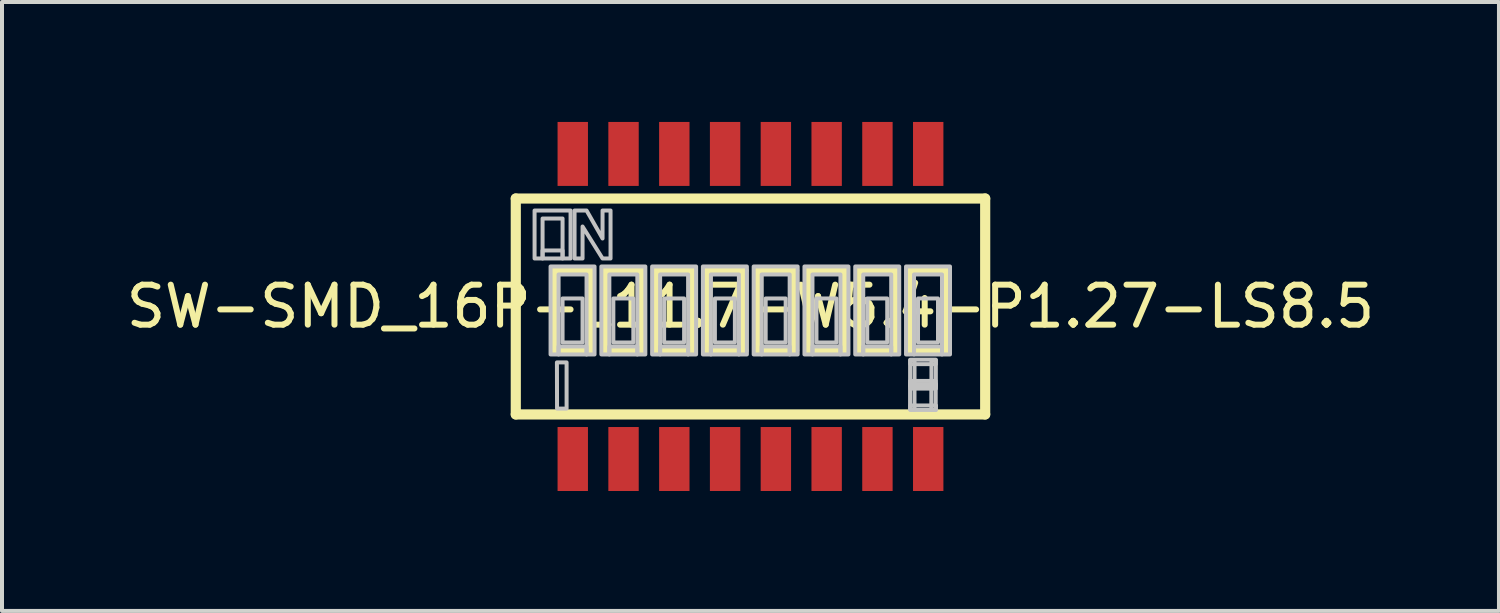
<source format=kicad_pcb>
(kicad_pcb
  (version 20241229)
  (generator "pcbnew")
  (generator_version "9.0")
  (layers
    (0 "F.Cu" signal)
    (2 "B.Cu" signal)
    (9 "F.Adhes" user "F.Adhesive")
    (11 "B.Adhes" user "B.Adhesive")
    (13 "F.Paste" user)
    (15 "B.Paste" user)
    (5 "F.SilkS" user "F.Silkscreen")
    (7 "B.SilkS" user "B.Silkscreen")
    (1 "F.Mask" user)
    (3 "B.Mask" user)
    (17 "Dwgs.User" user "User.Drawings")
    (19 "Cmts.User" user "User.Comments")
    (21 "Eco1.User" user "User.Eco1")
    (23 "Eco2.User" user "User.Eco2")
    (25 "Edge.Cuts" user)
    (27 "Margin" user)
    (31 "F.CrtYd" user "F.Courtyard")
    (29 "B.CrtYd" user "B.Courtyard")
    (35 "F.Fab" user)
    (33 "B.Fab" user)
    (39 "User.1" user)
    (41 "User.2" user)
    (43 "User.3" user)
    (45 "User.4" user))
  (footprint "SW-SMD_16P-L11.7-W5.4-P1.27-LS8.5"
    (layer "F.Cu")
    (at 15.72 4.615)
    (property "Reference" "SW-SMD_16P-L11.7-W5.4-P1.27-LS8.5" (at 0 0 0) (layer "F.SilkS") (effects (font (size 1 1) (thickness 0.15))))
    (fp_line (start -5.87 -2.7) (end -5.87 2.7) (stroke (width 0.254) (type default)) (layer "F.SilkS"))
    (fp_line (start -4.89 -0.9) (end -3.99 -0.9) (stroke (width 0.254) (type default)) (layer "F.SilkS"))
    (fp_line (start -4.89 1.1) (end -4.89 -0.9) (stroke (width 0.254) (type default)) (layer "F.SilkS"))
    (fp_line (start -3.99 -0.9) (end -3.99 1.1) (stroke (width 0.254) (type default)) (layer "F.SilkS"))
    (fp_line (start -3.99 1.1) (end -4.89 1.1) (stroke (width 0.254) (type default)) (layer "F.SilkS"))
    (fp_line (start -3.62 -0.9) (end -2.72 -0.9) (stroke (width 0.254) (type default)) (layer "F.SilkS"))
    (fp_line (start -3.62 1.1) (end -3.62 -0.9) (stroke (width 0.254) (type default)) (layer "F.SilkS"))
    (fp_line (start -2.72 -0.9) (end -2.72 1.1) (stroke (width 0.254) (type default)) (layer "F.SilkS"))
    (fp_line (start -2.72 1.1) (end -3.62 1.1) (stroke (width 0.254) (type default)) (layer "F.SilkS"))
    (fp_line (start -2.35 -0.9) (end -1.45 -0.9) (stroke (width 0.254) (type default)) (layer "F.SilkS"))
    (fp_line (start -2.35 1.1) (end -2.35 -0.9) (stroke (width 0.254) (type default)) (layer "F.SilkS"))
    (fp_line (start -1.45 -0.9) (end -1.45 1.1) (stroke (width 0.254) (type default)) (layer "F.SilkS"))
    (fp_line (start -1.45 1.1) (end -2.35 1.1) (stroke (width 0.254) (type default)) (layer "F.SilkS"))
    (fp_line (start -1.08 -0.9) (end -0.18 -0.9) (stroke (width 0.254) (type default)) (layer "F.SilkS"))
    (fp_line (start -1.08 1.1) (end -1.08 -0.9) (stroke (width 0.254) (type default)) (layer "F.SilkS"))
    (fp_line (start -0.18 -0.9) (end -0.18 1.1) (stroke (width 0.254) (type default)) (layer "F.SilkS"))
    (fp_line (start -0.18 1.1) (end -1.08 1.1) (stroke (width 0.254) (type default)) (layer "F.SilkS"))
    (fp_line (start 0.19 -0.9) (end 1.09 -0.9) (stroke (width 0.254) (type default)) (layer "F.SilkS"))
    (fp_line (start 0.19 1.1) (end 0.19 -0.9) (stroke (width 0.254) (type default)) (layer "F.SilkS"))
    (fp_line (start 1.09 -0.9) (end 1.09 1.1) (stroke (width 0.254) (type default)) (layer "F.SilkS"))
    (fp_line (start 1.09 1.1) (end 0.19 1.1) (stroke (width 0.254) (type default)) (layer "F.SilkS"))
    (fp_line (start 1.46 -0.9) (end 2.36 -0.9) (stroke (width 0.254) (type default)) (layer "F.SilkS"))
    (fp_line (start 1.46 1.1) (end 1.46 -0.9) (stroke (width 0.254) (type default)) (layer "F.SilkS"))
    (fp_line (start 2.36 -0.9) (end 2.36 1.1) (stroke (width 0.254) (type default)) (layer "F.SilkS"))
    (fp_line (start 2.36 1.1) (end 1.46 1.1) (stroke (width 0.254) (type default)) (layer "F.SilkS"))
    (fp_line (start 2.73 -0.9) (end 3.63 -0.9) (stroke (width 0.254) (type default)) (layer "F.SilkS"))
    (fp_line (start 2.73 1.1) (end 2.73 -0.9) (stroke (width 0.254) (type default)) (layer "F.SilkS"))
    (fp_line (start 3.63 -0.9) (end 3.63 1.1) (stroke (width 0.254) (type default)) (layer "F.SilkS"))
    (fp_line (start 3.63 1.1) (end 2.73 1.1) (stroke (width 0.254) (type default)) (layer "F.SilkS"))
    (fp_line (start 4 -0.9) (end 4.9 -0.9) (stroke (width 0.254) (type default)) (layer "F.SilkS"))
    (fp_line (start 4 1.1) (end 4 -0.9) (stroke (width 0.254) (type default)) (layer "F.SilkS"))
    (fp_line (start 4.9 -0.9) (end 4.9 1.1) (stroke (width 0.254) (type default)) (layer "F.SilkS"))
    (fp_line (start 4.9 1.1) (end 4 1.1) (stroke (width 0.254) (type default)) (layer "F.SilkS"))
    (fp_line (start 5.87 -2.7) (end -5.87 -2.7) (stroke (width 0.254) (type default)) (layer "F.SilkS"))
    (fp_line (start 5.87 -2.7) (end 5.87 2.7) (stroke (width 0.254) (type default)) (layer "F.SilkS"))
    (fp_line (start 5.87 2.7) (end -5.87 2.7) (stroke (width 0.254) (type default)) (layer "F.SilkS"))
    (fp_poly (pts (xy -5.2 -1.2) (xy -4.7 -1.2) (xy -4.7 -1.4) (xy -5.2 -1.4)) (stroke (width 0.1) (type default)) (fill no) (layer "Dwgs.User"))
    (fp_poly (pts (xy -4.8 1.2) (xy -4.1 1.2) (xy -4.1 1) (xy -4.8 1)) (stroke (width 0.1) (type default)) (fill no) (layer "Dwgs.User"))
    (fp_poly (pts (xy -4.7 -0.2) (xy -4.2 -0.2) (xy -4.2 0.9) (xy -4.7 0.9)) (stroke (width 0.1) (type default)) (fill no) (layer "Dwgs.User"))
    (fp_poly (pts (xy -3.53 1.2) (xy -2.83 1.2) (xy -2.83 1) (xy -3.53 1)) (stroke (width 0.1) (type default)) (fill no) (layer "Dwgs.User"))
    (fp_poly (pts (xy -3.43 -0.2) (xy -2.93 -0.2) (xy -2.93 0.9) (xy -3.43 0.9)) (stroke (width 0.1) (type default)) (fill no) (layer "Dwgs.User"))
    (fp_poly (pts (xy -2.26 1.2) (xy -1.56 1.2) (xy -1.56 1) (xy -2.26 1)) (stroke (width 0.1) (type default)) (fill no) (layer "Dwgs.User"))
    (fp_poly (pts (xy -2.16 -0.2) (xy -1.66 -0.2) (xy -1.66 0.9) (xy -2.16 0.9)) (stroke (width 0.1) (type default)) (fill no) (layer "Dwgs.User"))
    (fp_poly (pts (xy -0.99 1.2) (xy -0.29 1.2) (xy -0.29 1) (xy -0.99 1)) (stroke (width 0.1) (type default)) (fill no) (layer "Dwgs.User"))
    (fp_poly (pts (xy -0.89 -0.2) (xy -0.39 -0.2) (xy -0.39 0.9) (xy -0.89 0.9)) (stroke (width 0.1) (type default)) (fill no) (layer "Dwgs.User"))
    (fp_poly (pts (xy 0.28 1.2) (xy 0.98 1.2) (xy 0.98 1) (xy 0.28 1)) (stroke (width 0.1) (type default)) (fill no) (layer "Dwgs.User"))
    (fp_poly (pts (xy 0.38 -0.2) (xy 0.88 -0.2) (xy 0.88 0.9) (xy 0.38 0.9)) (stroke (width 0.1) (type default)) (fill no) (layer "Dwgs.User"))
    (fp_poly (pts (xy 1.55 1.2) (xy 2.25 1.2) (xy 2.25 1) (xy 1.55 1)) (stroke (width 0.1) (type default)) (fill no) (layer "Dwgs.User"))
    (fp_poly (pts (xy 1.65 -0.2) (xy 2.15 -0.2) (xy 2.15 0.9) (xy 1.65 0.9)) (stroke (width 0.1) (type default)) (fill no) (layer "Dwgs.User"))
    (fp_poly (pts (xy 2.82 1.2) (xy 3.52 1.2) (xy 3.52 1) (xy 2.82 1)) (stroke (width 0.1) (type default)) (fill no) (layer "Dwgs.User"))
    (fp_poly (pts (xy 2.92 -0.2) (xy 3.42 -0.2) (xy 3.42 0.9) (xy 2.92 0.9)) (stroke (width 0.1) (type default)) (fill no) (layer "Dwgs.User"))
    (fp_poly (pts (xy 4.09 1.2) (xy 4.79 1.2) (xy 4.79 1) (xy 4.09 1)) (stroke (width 0.1) (type default)) (fill no) (layer "Dwgs.User"))
    (fp_poly (pts (xy 4.19 -0.2) (xy 4.69 -0.2) (xy 4.69 0.9) (xy 4.19 0.9)) (stroke (width 0.1) (type default)) (fill no) (layer "Dwgs.User"))
    (fp_poly (pts (xy 3.991 2.58) (xy 3.991 1.944) (xy 4.102 1.944) (xy 4.102 2.58) (xy 4.103 2.58)) (stroke (width 0.1) (type default)) (fill no) (layer "Dwgs.User"))
    (fp_poly (pts (xy 3.992 1.978) (xy 3.992 1.341) (xy 4.103 1.341) (xy 4.103 1.978) (xy 4.103 1.978)) (stroke (width 0.1) (type default)) (fill no) (layer "Dwgs.User"))
    (fp_poly (pts (xy 3.993 1.863) (xy 4.63 1.863) (xy 4.63 1.974) (xy 3.993 1.974) (xy 3.993 1.974)) (stroke (width 0.1) (type default)) (fill no) (layer "Dwgs.User"))
    (fp_poly (pts (xy 3.998 1.331) (xy 4.635 1.331) (xy 4.635 1.442) (xy 3.998 1.442) (xy 3.998 1.442)) (stroke (width 0.1) (type default)) (fill no) (layer "Dwgs.User"))
    (fp_poly (pts (xy 4.523 2.586) (xy 4.523 1.949) (xy 4.633 1.949) (xy 4.633 2.586) (xy 4.634 2.586)) (stroke (width 0.1) (type default)) (fill no) (layer "Dwgs.User"))
    (fp_poly (pts (xy 4.526 1.978) (xy 4.526 1.341) (xy 4.636 1.341) (xy 4.636 1.978) (xy 4.636 1.978)) (stroke (width 0.1) (type default)) (fill no) (layer "Dwgs.User"))
    (fp_poly (pts (xy 4.638 2.054) (xy 4 2.054) (xy 4 1.943) (xy 4.638 1.943) (xy 4.638 1.942)) (stroke (width 0.1) (type default)) (fill no) (layer "Dwgs.User"))
    (fp_poly (pts (xy 4.638 2.587) (xy 4.001 2.587) (xy 4.001 2.476) (xy 4.638 2.476) (xy 4.638 2.475)) (stroke (width 0.1) (type default)) (fill no) (layer "Dwgs.User"))
    (fp_poly (pts (xy -4.841 1.399) (xy -4.599 1.399) (xy -4.599 2.554) (xy -4.838 2.554) (xy -4.838 2.554) (xy -4.838 2.551)) (stroke (width 0.1) (type default)) (fill no) (layer "Dwgs.User"))
    (fp_poly (pts (xy -5.4 -1.2) (xy -5.4 -2.4) (xy -4.5 -2.4) (xy -4.5 -1.2) (xy -4.7 -1.2) (xy -4.7 -2.2) (xy -5.2 -2.2) (xy -5.2 -1.2)) (stroke (width 0.1) (type default)) (fill no) (layer "Dwgs.User"))
    (fp_poly (pts (xy -5 1.2) (xy -5 -1) (xy -3.9 -1) (xy -3.9 1.2) (xy -4.1 1.2) (xy -4.1 -0.8) (xy -4.8 -0.8) (xy -4.8 1.2)) (stroke (width 0.1) (type default)) (fill no) (layer "Dwgs.User"))
    (fp_poly (pts (xy -3.73 1.2) (xy -3.73 -1) (xy -2.63 -1) (xy -2.63 1.2) (xy -2.83 1.2) (xy -2.83 -0.8) (xy -3.53 -0.8) (xy -3.53 1.2)) (stroke (width 0.1) (type default)) (fill no) (layer "Dwgs.User"))
    (fp_poly (pts (xy -2.46 1.2) (xy -2.46 -1) (xy -1.36 -1) (xy -1.36 1.2) (xy -1.56 1.2) (xy -1.56 -0.8) (xy -2.26 -0.8) (xy -2.26 1.2)) (stroke (width 0.1) (type default)) (fill no) (layer "Dwgs.User"))
    (fp_poly (pts (xy -1.19 1.2) (xy -1.19 -1) (xy -0.09 -1) (xy -0.09 1.2) (xy -0.29 1.2) (xy -0.29 -0.8) (xy -0.99 -0.8) (xy -0.99 1.2)) (stroke (width 0.1) (type default)) (fill no) (layer "Dwgs.User"))
    (fp_poly (pts (xy 0.08 1.2) (xy 0.08 -1) (xy 1.18 -1) (xy 1.18 1.2) (xy 0.98 1.2) (xy 0.98 -0.8) (xy 0.28 -0.8) (xy 0.28 1.2)) (stroke (width 0.1) (type default)) (fill no) (layer "Dwgs.User"))
    (fp_poly (pts (xy 1.35 1.2) (xy 1.35 -1) (xy 2.45 -1) (xy 2.45 1.2) (xy 2.25 1.2) (xy 2.25 -0.8) (xy 1.55 -0.8) (xy 1.55 1.2)) (stroke (width 0.1) (type default)) (fill no) (layer "Dwgs.User"))
    (fp_poly (pts (xy 2.62 1.2) (xy 2.62 -1) (xy 3.72 -1) (xy 3.72 1.2) (xy 3.52 1.2) (xy 3.52 -0.8) (xy 2.82 -0.8) (xy 2.82 1.2)) (stroke (width 0.1) (type default)) (fill no) (layer "Dwgs.User"))
    (fp_poly (pts (xy 3.89 1.2) (xy 3.89 -1) (xy 4.99 -1) (xy 4.99 1.2) (xy 4.79 1.2) (xy 4.79 -0.8) (xy 4.09 -0.8) (xy 4.09 1.2)) (stroke (width 0.1) (type default)) (fill no) (layer "Dwgs.User"))
    (fp_poly (pts (xy -4.4 -1.2) (xy -4.4 -2.4) (xy -4.1 -2.4) (xy -3.7 -1.7) (xy -3.7 -2.4) (xy -3.5 -2.4) (xy -3.5 -1.2) (xy -3.7 -1.2) (xy -4.2 -2) (xy -4.2 -1.2)) (stroke (width 0.1) (type default)) (fill no) (layer "Dwgs.User"))
    (fp_poly (pts (xy -4.645 -3.42) (xy -4.645 -4.25) (xy -4.245 -4.25) (xy -4.245 -3.42)) (stroke (width 0.1) (type default)) (fill no) (layer "User.1"))
    (fp_poly (pts (xy -4.645 -2.69) (xy -4.645 -3.43) (xy -4.245 -3.43) (xy -4.245 -2.69)) (stroke (width 0.1) (type default)) (fill no) (layer "User.1"))
    (fp_poly (pts (xy -4.645 3.43) (xy -4.645 2.69) (xy -4.245 2.69) (xy -4.245 3.43)) (stroke (width 0.1) (type default)) (fill no) (layer "User.1"))
    (fp_poly (pts (xy -4.645 4.25) (xy -4.645 3.42) (xy -4.245 3.42) (xy -4.245 4.25)) (stroke (width 0.1) (type default)) (fill no) (layer "User.1"))
    (fp_poly (pts (xy -3.375 -3.42) (xy -3.375 -4.25) (xy -2.975 -4.25) (xy -2.975 -3.42)) (stroke (width 0.1) (type default)) (fill no) (layer "User.1"))
    (fp_poly (pts (xy -3.375 -2.69) (xy -3.375 -3.43) (xy -2.975 -3.43) (xy -2.975 -2.69)) (stroke (width 0.1) (type default)) (fill no) (layer "User.1"))
    (fp_poly (pts (xy -3.375 3.43) (xy -3.375 2.69) (xy -2.975 2.69) (xy -2.975 3.43)) (stroke (width 0.1) (type default)) (fill no) (layer "User.1"))
    (fp_poly (pts (xy -3.375 4.25) (xy -3.375 3.42) (xy -2.975 3.42) (xy -2.975 4.25)) (stroke (width 0.1) (type default)) (fill no) (layer "User.1"))
    (fp_poly (pts (xy -2.105 -3.42) (xy -2.105 -4.25) (xy -1.705 -4.25) (xy -1.705 -3.42)) (stroke (width 0.1) (type default)) (fill no) (layer "User.1"))
    (fp_poly (pts (xy -2.105 -2.69) (xy -2.105 -3.43) (xy -1.705 -3.43) (xy -1.705 -2.69)) (stroke (width 0.1) (type default)) (fill no) (layer "User.1"))
    (fp_poly (pts (xy -2.105 3.43) (xy -2.105 2.69) (xy -1.705 2.69) (xy -1.705 3.43)) (stroke (width 0.1) (type default)) (fill no) (layer "User.1"))
    (fp_poly (pts (xy -2.105 4.25) (xy -2.105 3.42) (xy -1.705 3.42) (xy -1.705 4.25)) (stroke (width 0.1) (type default)) (fill no) (layer "User.1"))
    (fp_poly (pts (xy -0.835 -3.42) (xy -0.835 -4.25) (xy -0.435 -4.25) (xy -0.435 -3.42)) (stroke (width 0.1) (type default)) (fill no) (layer "User.1"))
    (fp_poly (pts (xy -0.835 -2.69) (xy -0.835 -3.43) (xy -0.435 -3.43) (xy -0.435 -2.69)) (stroke (width 0.1) (type default)) (fill no) (layer "User.1"))
    (fp_poly (pts (xy -0.835 3.43) (xy -0.835 2.69) (xy -0.435 2.69) (xy -0.435 3.43)) (stroke (width 0.1) (type default)) (fill no) (layer "User.1"))
    (fp_poly (pts (xy -0.835 4.25) (xy -0.835 3.42) (xy -0.435 3.42) (xy -0.435 4.25)) (stroke (width 0.1) (type default)) (fill no) (layer "User.1"))
    (fp_poly (pts (xy 0.435 -3.42) (xy 0.435 -4.25) (xy 0.835 -4.25) (xy 0.835 -3.42)) (stroke (width 0.1) (type default)) (fill no) (layer "User.1"))
    (fp_poly (pts (xy 0.435 -2.69) (xy 0.435 -3.43) (xy 0.835 -3.43) (xy 0.835 -2.69)) (stroke (width 0.1) (type default)) (fill no) (layer "User.1"))
    (fp_poly (pts (xy 0.435 3.43) (xy 0.435 2.69) (xy 0.835 2.69) (xy 0.835 3.43)) (stroke (width 0.1) (type default)) (fill no) (layer "User.1"))
    (fp_poly (pts (xy 0.435 4.25) (xy 0.435 3.42) (xy 0.835 3.42) (xy 0.835 4.25)) (stroke (width 0.1) (type default)) (fill no) (layer "User.1"))
    (fp_poly (pts (xy 1.705 -3.42) (xy 1.705 -4.25) (xy 2.105 -4.25) (xy 2.105 -3.42)) (stroke (width 0.1) (type default)) (fill no) (layer "User.1"))
    (fp_poly (pts (xy 1.705 -2.69) (xy 1.705 -3.43) (xy 2.105 -3.43) (xy 2.105 -2.69)) (stroke (width 0.1) (type default)) (fill no) (layer "User.1"))
    (fp_poly (pts (xy 1.705 3.43) (xy 1.705 2.69) (xy 2.105 2.69) (xy 2.105 3.43)) (stroke (width 0.1) (type default)) (fill no) (layer "User.1"))
    (fp_poly (pts (xy 1.705 4.25) (xy 1.705 3.42) (xy 2.105 3.42) (xy 2.105 4.25)) (stroke (width 0.1) (type default)) (fill no) (layer "User.1"))
    (fp_poly (pts (xy 2.975 -3.42) (xy 2.975 -4.25) (xy 3.375 -4.25) (xy 3.375 -3.42)) (stroke (width 0.1) (type default)) (fill no) (layer "User.1"))
    (fp_poly (pts (xy 2.975 -2.69) (xy 2.975 -3.43) (xy 3.375 -3.43) (xy 3.375 -2.69)) (stroke (width 0.1) (type default)) (fill no) (layer "User.1"))
    (fp_poly (pts (xy 2.975 3.43) (xy 2.975 2.69) (xy 3.375 2.69) (xy 3.375 3.43)) (stroke (width 0.1) (type default)) (fill no) (layer "User.1"))
    (fp_poly (pts (xy 2.975 4.25) (xy 2.975 3.42) (xy 3.375 3.42) (xy 3.375 4.25)) (stroke (width 0.1) (type default)) (fill no) (layer "User.1"))
    (fp_poly (pts (xy 4.245 -3.42) (xy 4.245 -4.25) (xy 4.645 -4.25) (xy 4.645 -3.42)) (stroke (width 0.1) (type default)) (fill no) (layer "User.1"))
    (fp_poly (pts (xy 4.245 -2.69) (xy 4.245 -3.43) (xy 4.645 -3.43) (xy 4.645 -2.69)) (stroke (width 0.1) (type default)) (fill no) (layer "User.1"))
    (fp_poly (pts (xy 4.245 3.43) (xy 4.245 2.69) (xy 4.645 2.69) (xy 4.645 3.43)) (stroke (width 0.1) (type default)) (fill no) (layer "User.1"))
    (fp_poly (pts (xy 4.245 4.25) (xy 4.245 3.42) (xy 4.645 3.42) (xy 4.645 4.25)) (stroke (width 0.1) (type default)) (fill no) (layer "User.1"))
    (fp_line (start -5.87 -2.7) (end 5.87 -2.7) (stroke (width 0.051) (type default)) (layer "User.2"))
    (fp_line (start -5.87 2.7) (end -5.87 -2.7) (stroke (width 0.051) (type default)) (layer "User.2"))
    (fp_line (start 5.87 -2.7) (end 5.87 2.7) (stroke (width 0.051) (type default)) (layer "User.2"))
    (fp_line (start 5.87 2.7) (end -5.87 2.7) (stroke (width 0.051) (type default)) (layer "User.2"))
    (fp_poly (pts (xy -5.81 -4.25) (xy -5.828 -4.292) (xy -5.87 -4.31) (xy -5.912 -4.292) (xy -5.93 -4.25) (xy -5.912 -4.208) (xy -5.87 -4.19) (xy -5.828 -4.208)) (stroke (width 0.1) (type default)) (fill no) (layer "User.3"))
    (pad "1" smd rect (at -4.445 3.815) (size 0.76 1.6) (layers "F.Cu" "F.Mask" "F.Paste"))
    (pad "2" smd rect (at -3.175 3.815) (size 0.76 1.6) (layers "F.Cu" "F.Mask" "F.Paste"))
    (pad "3" smd rect (at -1.905 3.815) (size 0.76 1.6) (layers "F.Cu" "F.Mask" "F.Paste"))
    (pad "4" smd rect (at -0.635 3.815) (size 0.76 1.6) (layers "F.Cu" "F.Mask" "F.Paste"))
    (pad "5" smd rect (at 0.635 3.815) (size 0.76 1.6) (layers "F.Cu" "F.Mask" "F.Paste"))
    (pad "6" smd rect (at 1.905 3.815) (size 0.76 1.6) (layers "F.Cu" "F.Mask" "F.Paste"))
    (pad "7" smd rect (at 3.175 3.815) (size 0.76 1.6) (layers "F.Cu" "F.Mask" "F.Paste"))
    (pad "8" smd rect (at 4.445 3.815) (size 0.76 1.6) (layers "F.Cu" "F.Mask" "F.Paste"))
    (pad "9" smd rect (at -4.445 -3.815) (size 0.76 1.6) (layers "F.Cu" "F.Mask" "F.Paste"))
    (pad "10" smd rect (at -3.175 -3.815) (size 0.76 1.6) (layers "F.Cu" "F.Mask" "F.Paste"))
    (pad "11" smd rect (at -1.905 -3.815) (size 0.76 1.6) (layers "F.Cu" "F.Mask" "F.Paste"))
    (pad "12" smd rect (at -0.635 -3.815) (size 0.76 1.6) (layers "F.Cu" "F.Mask" "F.Paste"))
    (pad "13" smd rect (at 0.635 -3.815) (size 0.76 1.6) (layers "F.Cu" "F.Mask" "F.Paste"))
    (pad "14" smd rect (at 1.905 -3.815) (size 0.76 1.6) (layers "F.Cu" "F.Mask" "F.Paste"))
    (pad "15" smd rect (at 3.175 -3.815) (size 0.76 1.6) (layers "F.Cu" "F.Mask" "F.Paste"))
    (pad "16" smd rect (at 4.445 -3.815) (size 0.76 1.6) (layers "F.Cu" "F.Mask" "F.Paste")))
  (gr_rect
    (start -3 -3)
    (end 34.44 12.23)
    (stroke (width 0.1) (type default))
    (fill no)
    (layer "Edge.Cuts")))
</source>
